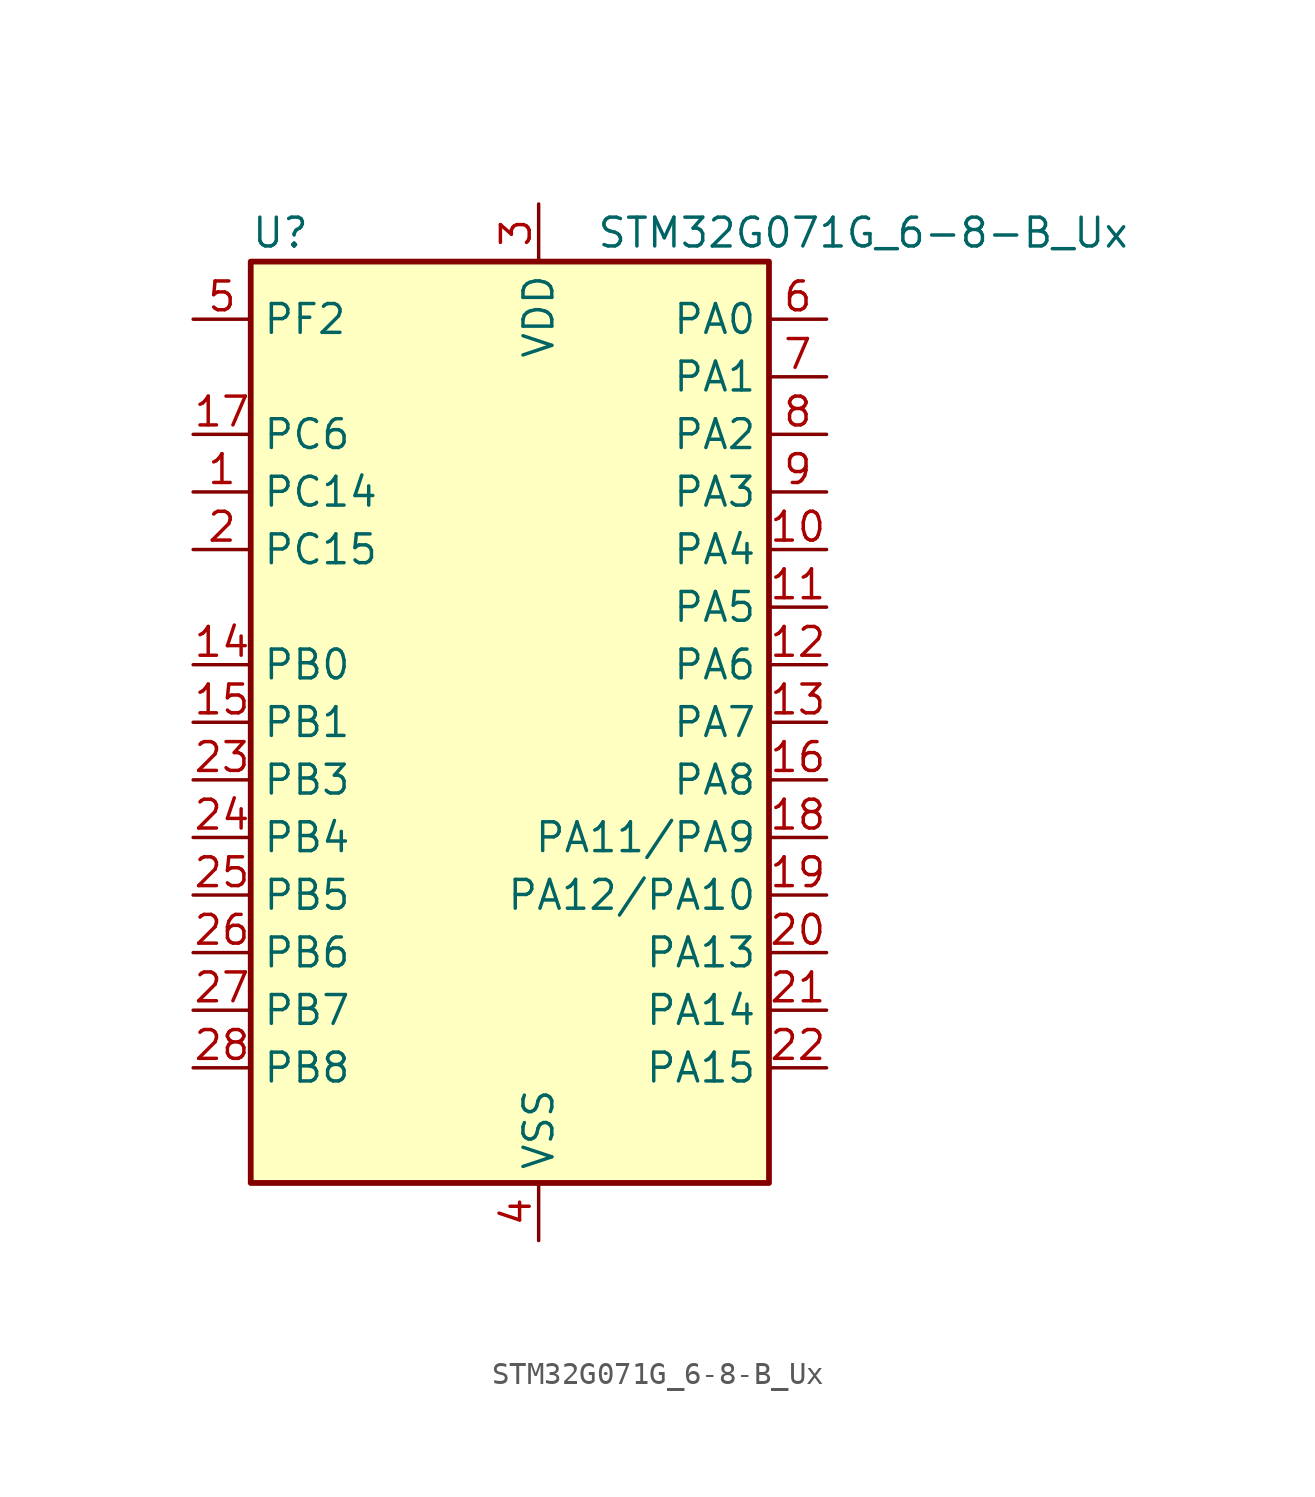
<source format=kicad_sym>
(kicad_symbol_lib
  (version 20220914)
  (generator kicad_symbol_editor)
  (symbol "STM32G071G_6-8-B_Ux"
    (property "Reference" "U"
      (at -10.16 21.59 0)
      (effects (font (size 1.27 1.27)) (justify left)))
    (property "Value" "STM32G071G_6-8-B_Ux"
      (at 5.08 21.59 0)
      (effects (font (size 1.27 1.27)) (justify left)))
    (property "ki_locked" ""
      (at 0 0 0)
      (effects (font (size 1.27 1.27))))
    (symbol "STM32G071G_6-8-B_Ux_0_1"
      (rectangle (start -10.16 -20.32) (end 12.7 20.32) (stroke (width 0.254) (type default)) (fill (type background))))
    (symbol "STM32G071G_6-8-B_Ux_1_1"
      (pin bidirectional line (at -12.7 10.16 0) (length 2.54) (name "PC14" (effects (font (size 1.27 1.27)))) (number "1" (effects (font (size 1.27 1.27)))) (alternate "RCC_OSC32_IN" bidirectional line) (alternate "RCC_OSC_IN" bidirectional line) (alternate "TIM1_BK2" bidirectional line))
      (pin bidirectional line (at 15.24 7.62 180) (length 2.54) (name "PA4" (effects (font (size 1.27 1.27)))) (number "10" (effects (font (size 1.27 1.27)))) (alternate "ADC1_IN4" bidirectional line) (alternate "DAC1_OUT1" bidirectional line) (alternate "I2S1_WS" bidirectional line) (alternate "LPTIM2_OUT" bidirectional line) (alternate "RTC_OUT_ALARM" bidirectional line) (alternate "RTC_OUT_CALIB" bidirectional line) (alternate "RTC_TAMP_IN1" bidirectional line) (alternate "RTC_TS" bidirectional line) (alternate "SPI1_NSS" bidirectional line) (alternate "SPI2_MOSI" bidirectional line) (alternate "SYS_WKUP2" bidirectional line) (alternate "TIM14_CH1" bidirectional line))
      (pin bidirectional line (at 15.24 5.08 180) (length 2.54) (name "PA5" (effects (font (size 1.27 1.27)))) (number "11" (effects (font (size 1.27 1.27)))) (alternate "ADC1_IN5" bidirectional line) (alternate "CEC" bidirectional line) (alternate "DAC1_OUT2" bidirectional line) (alternate "I2S1_CK" bidirectional line) (alternate "LPTIM2_ETR" bidirectional line) (alternate "SPI1_SCK" bidirectional line) (alternate "TIM2_CH1" bidirectional line) (alternate "TIM2_ETR" bidirectional line) (alternate "UCPD1_FRSTX1" bidirectional line) (alternate "UCPD1_FRSTX2" bidirectional line) (alternate "USART3_TX" bidirectional line))
      (pin bidirectional line (at 15.24 2.54 180) (length 2.54) (name "PA6" (effects (font (size 1.27 1.27)))) (number "12" (effects (font (size 1.27 1.27)))) (alternate "ADC1_IN6" bidirectional line) (alternate "COMP1_OUT" bidirectional line) (alternate "I2S1_MCK" bidirectional line) (alternate "LPUART1_CTS" bidirectional line) (alternate "SPI1_MISO" bidirectional line) (alternate "TIM16_CH1" bidirectional line) (alternate "TIM1_BK" bidirectional line) (alternate "TIM3_CH1" bidirectional line) (alternate "USART3_CTS" bidirectional line) (alternate "USART3_NSS" bidirectional line))
      (pin bidirectional line (at 15.24 0 180) (length 2.54) (name "PA7" (effects (font (size 1.27 1.27)))) (number "13" (effects (font (size 1.27 1.27)))) (alternate "ADC1_IN7" bidirectional line) (alternate "COMP2_OUT" bidirectional line) (alternate "I2S1_SD" bidirectional line) (alternate "SPI1_MOSI" bidirectional line) (alternate "TIM14_CH1" bidirectional line) (alternate "TIM17_CH1" bidirectional line) (alternate "TIM1_CH1N" bidirectional line) (alternate "TIM3_CH2" bidirectional line) (alternate "UCPD1_FRSTX1" bidirectional line) (alternate "UCPD1_FRSTX2" bidirectional line))
      (pin bidirectional line (at -12.7 2.54 0) (length 2.54) (name "PB0" (effects (font (size 1.27 1.27)))) (number "14" (effects (font (size 1.27 1.27)))) (alternate "ADC1_IN8" bidirectional line) (alternate "COMP1_OUT" bidirectional line) (alternate "I2S1_WS" bidirectional line) (alternate "LPTIM1_OUT" bidirectional line) (alternate "SPI1_NSS" bidirectional line) (alternate "TIM1_CH2N" bidirectional line) (alternate "TIM3_CH3" bidirectional line) (alternate "UCPD1_FRSTX1" bidirectional line) (alternate "UCPD1_FRSTX2" bidirectional line) (alternate "USART3_RX" bidirectional line))
      (pin bidirectional line (at -12.7 0 0) (length 2.54) (name "PB1" (effects (font (size 1.27 1.27)))) (number "15" (effects (font (size 1.27 1.27)))) (alternate "ADC1_IN9" bidirectional line) (alternate "COMP1_INM" bidirectional line) (alternate "LPTIM2_IN1" bidirectional line) (alternate "LPUART1_DE" bidirectional line) (alternate "LPUART1_RTS" bidirectional line) (alternate "TIM14_CH1" bidirectional line) (alternate "TIM1_CH3N" bidirectional line) (alternate "TIM3_CH4" bidirectional line) (alternate "USART3_CK" bidirectional line) (alternate "USART3_DE" bidirectional line) (alternate "USART3_RTS" bidirectional line))
      (pin bidirectional line (at 15.24 -2.54 180) (length 2.54) (name "PA8" (effects (font (size 1.27 1.27)))) (number "16" (effects (font (size 1.27 1.27)))) (alternate "LPTIM2_OUT" bidirectional line) (alternate "RCC_MCO" bidirectional line) (alternate "SPI2_NSS" bidirectional line) (alternate "TIM1_CH1" bidirectional line) (alternate "UCPD1_CC1" bidirectional line))
      (pin bidirectional line (at -12.7 12.7 0) (length 2.54) (name "PC6" (effects (font (size 1.27 1.27)))) (number "17" (effects (font (size 1.27 1.27)))) (alternate "TIM2_CH3" bidirectional line) (alternate "TIM3_CH1" bidirectional line) (alternate "UCPD1_FRSTX1" bidirectional line) (alternate "UCPD1_FRSTX2" bidirectional line))
      (pin bidirectional line (at 15.24 -5.08 180) (length 2.54) (name "PA11/PA9" (effects (font (size 1.27 1.27)))) (number "18" (effects (font (size 1.27 1.27)))) (alternate "ADC1_EXTI11" bidirectional line) (alternate "COMP1_OUT" bidirectional line) (alternate "I2C2_SCL" bidirectional line) (alternate "I2S1_MCK" bidirectional line) (alternate "SPI1_MISO" bidirectional line) (alternate "TIM1_BK2" bidirectional line) (alternate "TIM1_CH4" bidirectional line) (alternate "USART1_CTS" bidirectional line) (alternate "USART1_NSS" bidirectional line))
      (pin bidirectional line (at 15.24 -7.62 180) (length 2.54) (name "PA12/PA10" (effects (font (size 1.27 1.27)))) (number "19" (effects (font (size 1.27 1.27)))) (alternate "COMP2_OUT" bidirectional line) (alternate "I2C2_SDA" bidirectional line) (alternate "I2S1_SD" bidirectional line) (alternate "I2S_CKIN" bidirectional line) (alternate "SPI1_MOSI" bidirectional line) (alternate "TIM1_ETR" bidirectional line) (alternate "USART1_CK" bidirectional line) (alternate "USART1_DE" bidirectional line) (alternate "USART1_RTS" bidirectional line))
      (pin bidirectional line (at -12.7 7.62 0) (length 2.54) (name "PC15" (effects (font (size 1.27 1.27)))) (number "2" (effects (font (size 1.27 1.27)))) (alternate "RCC_OSC32_EN" bidirectional line) (alternate "RCC_OSC32_OUT" bidirectional line) (alternate "RCC_OSC_EN" bidirectional line) (alternate "TIM15_BK" bidirectional line))
      (pin bidirectional line (at 15.24 -10.16 180) (length 2.54) (name "PA13" (effects (font (size 1.27 1.27)))) (number "20" (effects (font (size 1.27 1.27)))) (alternate "IR_OUT" bidirectional line) (alternate "SYS_SWDIO" bidirectional line))
      (pin bidirectional line (at 15.24 -12.7 180) (length 2.54) (name "PA14" (effects (font (size 1.27 1.27)))) (number "21" (effects (font (size 1.27 1.27)))) (alternate "SYS_SWCLK" bidirectional line) (alternate "USART2_TX" bidirectional line))
      (pin bidirectional line (at 15.24 -15.24 180) (length 2.54) (name "PA15" (effects (font (size 1.27 1.27)))) (number "22" (effects (font (size 1.27 1.27)))) (alternate "I2S1_WS" bidirectional line) (alternate "SPI1_NSS" bidirectional line) (alternate "TIM2_CH1" bidirectional line) (alternate "TIM2_ETR" bidirectional line) (alternate "USART2_RX" bidirectional line) (alternate "USART3_CK" bidirectional line) (alternate "USART3_DE" bidirectional line) (alternate "USART3_RTS" bidirectional line) (alternate "USART4_CK" bidirectional line) (alternate "USART4_DE" bidirectional line) (alternate "USART4_RTS" bidirectional line))
      (pin bidirectional line (at -12.7 -2.54 0) (length 2.54) (name "PB3" (effects (font (size 1.27 1.27)))) (number "23" (effects (font (size 1.27 1.27)))) (alternate "COMP2_INM" bidirectional line) (alternate "I2S1_CK" bidirectional line) (alternate "SPI1_SCK" bidirectional line) (alternate "TIM1_CH2" bidirectional line) (alternate "TIM2_CH2" bidirectional line) (alternate "USART1_CK" bidirectional line) (alternate "USART1_DE" bidirectional line) (alternate "USART1_RTS" bidirectional line))
      (pin bidirectional line (at -12.7 -5.08 0) (length 2.54) (name "PB4" (effects (font (size 1.27 1.27)))) (number "24" (effects (font (size 1.27 1.27)))) (alternate "COMP2_INP" bidirectional line) (alternate "I2S1_MCK" bidirectional line) (alternate "SPI1_MISO" bidirectional line) (alternate "TIM17_BK" bidirectional line) (alternate "TIM3_CH1" bidirectional line) (alternate "USART1_CTS" bidirectional line) (alternate "USART1_NSS" bidirectional line))
      (pin bidirectional line (at -12.7 -7.62 0) (length 2.54) (name "PB5" (effects (font (size 1.27 1.27)))) (number "25" (effects (font (size 1.27 1.27)))) (alternate "COMP2_OUT" bidirectional line) (alternate "I2C1_SMBA" bidirectional line) (alternate "I2S1_SD" bidirectional line) (alternate "LPTIM1_IN1" bidirectional line) (alternate "SPI1_MOSI" bidirectional line) (alternate "SYS_WKUP6" bidirectional line) (alternate "TIM16_BK" bidirectional line) (alternate "TIM3_CH2" bidirectional line))
      (pin bidirectional line (at -12.7 -10.16 0) (length 2.54) (name "PB6" (effects (font (size 1.27 1.27)))) (number "26" (effects (font (size 1.27 1.27)))) (alternate "COMP2_INP" bidirectional line) (alternate "I2C1_SCL" bidirectional line) (alternate "LPTIM1_ETR" bidirectional line) (alternate "SPI2_MISO" bidirectional line) (alternate "TIM16_CH1N" bidirectional line) (alternate "TIM1_CH3" bidirectional line) (alternate "USART1_TX" bidirectional line))
      (pin bidirectional line (at -12.7 -12.7 0) (length 2.54) (name "PB7" (effects (font (size 1.27 1.27)))) (number "27" (effects (font (size 1.27 1.27)))) (alternate "COMP2_INM" bidirectional line) (alternate "I2C1_SDA" bidirectional line) (alternate "LPTIM1_IN2" bidirectional line) (alternate "SPI2_MOSI" bidirectional line) (alternate "SYS_PVD_IN" bidirectional line) (alternate "TIM17_CH1N" bidirectional line) (alternate "USART1_RX" bidirectional line) (alternate "USART4_CTS" bidirectional line) (alternate "USART4_NSS" bidirectional line))
      (pin bidirectional line (at -12.7 -15.24 0) (length 2.54) (name "PB8" (effects (font (size 1.27 1.27)))) (number "28" (effects (font (size 1.27 1.27)))) (alternate "CEC" bidirectional line) (alternate "I2C1_SCL" bidirectional line) (alternate "SPI2_SCK" bidirectional line) (alternate "TIM15_BK" bidirectional line) (alternate "TIM16_CH1" bidirectional line) (alternate "USART3_TX" bidirectional line))
      (pin power_in line (at 2.54 22.86 270) (length 2.54) (name "VDD" (effects (font (size 1.27 1.27)))) (number "3" (effects (font (size 1.27 1.27)))))
      (pin power_in line (at 2.54 -22.86 90) (length 2.54) (name "VSS" (effects (font (size 1.27 1.27)))) (number "4" (effects (font (size 1.27 1.27)))))
      (pin bidirectional line (at -12.7 17.78 0) (length 2.54) (name "PF2" (effects (font (size 1.27 1.27)))) (number "5" (effects (font (size 1.27 1.27)))) (alternate "RCC_MCO" bidirectional line))
      (pin bidirectional line (at 15.24 17.78 180) (length 2.54) (name "PA0" (effects (font (size 1.27 1.27)))) (number "6" (effects (font (size 1.27 1.27)))) (alternate "ADC1_IN0" bidirectional line) (alternate "COMP1_INM" bidirectional line) (alternate "COMP1_OUT" bidirectional line) (alternate "LPTIM1_OUT" bidirectional line) (alternate "RTC_TAMP_IN2" bidirectional line) (alternate "SPI2_SCK" bidirectional line) (alternate "SYS_WKUP1" bidirectional line) (alternate "TIM2_CH1" bidirectional line) (alternate "TIM2_ETR" bidirectional line) (alternate "USART2_CTS" bidirectional line) (alternate "USART2_NSS" bidirectional line) (alternate "USART4_TX" bidirectional line))
      (pin bidirectional line (at 15.24 15.24 180) (length 2.54) (name "PA1" (effects (font (size 1.27 1.27)))) (number "7" (effects (font (size 1.27 1.27)))) (alternate "ADC1_IN1" bidirectional line) (alternate "COMP1_INP" bidirectional line) (alternate "I2C1_SMBA" bidirectional line) (alternate "I2S1_CK" bidirectional line) (alternate "SPI1_SCK" bidirectional line) (alternate "TIM15_CH1N" bidirectional line) (alternate "TIM2_CH2" bidirectional line) (alternate "USART2_CK" bidirectional line) (alternate "USART2_DE" bidirectional line) (alternate "USART2_RTS" bidirectional line) (alternate "USART4_RX" bidirectional line))
      (pin bidirectional line (at 15.24 12.7 180) (length 2.54) (name "PA2" (effects (font (size 1.27 1.27)))) (number "8" (effects (font (size 1.27 1.27)))) (alternate "ADC1_IN2" bidirectional line) (alternate "COMP2_INM" bidirectional line) (alternate "COMP2_OUT" bidirectional line) (alternate "I2S1_SD" bidirectional line) (alternate "LPUART1_TX" bidirectional line) (alternate "RCC_LSCO" bidirectional line) (alternate "SPI1_MOSI" bidirectional line) (alternate "SYS_WKUP4" bidirectional line) (alternate "TIM15_CH1" bidirectional line) (alternate "TIM2_CH3" bidirectional line) (alternate "UCPD1_FRSTX1" bidirectional line) (alternate "UCPD1_FRSTX2" bidirectional line) (alternate "USART2_TX" bidirectional line))
      (pin bidirectional line (at 15.24 10.16 180) (length 2.54) (name "PA3" (effects (font (size 1.27 1.27)))) (number "9" (effects (font (size 1.27 1.27)))) (alternate "ADC1_IN3" bidirectional line) (alternate "COMP2_INP" bidirectional line) (alternate "LPUART1_RX" bidirectional line) (alternate "SPI2_MISO" bidirectional line) (alternate "TIM15_CH2" bidirectional line) (alternate "TIM2_CH4" bidirectional line) (alternate "USART2_RX" bidirectional line)))))
</source>
